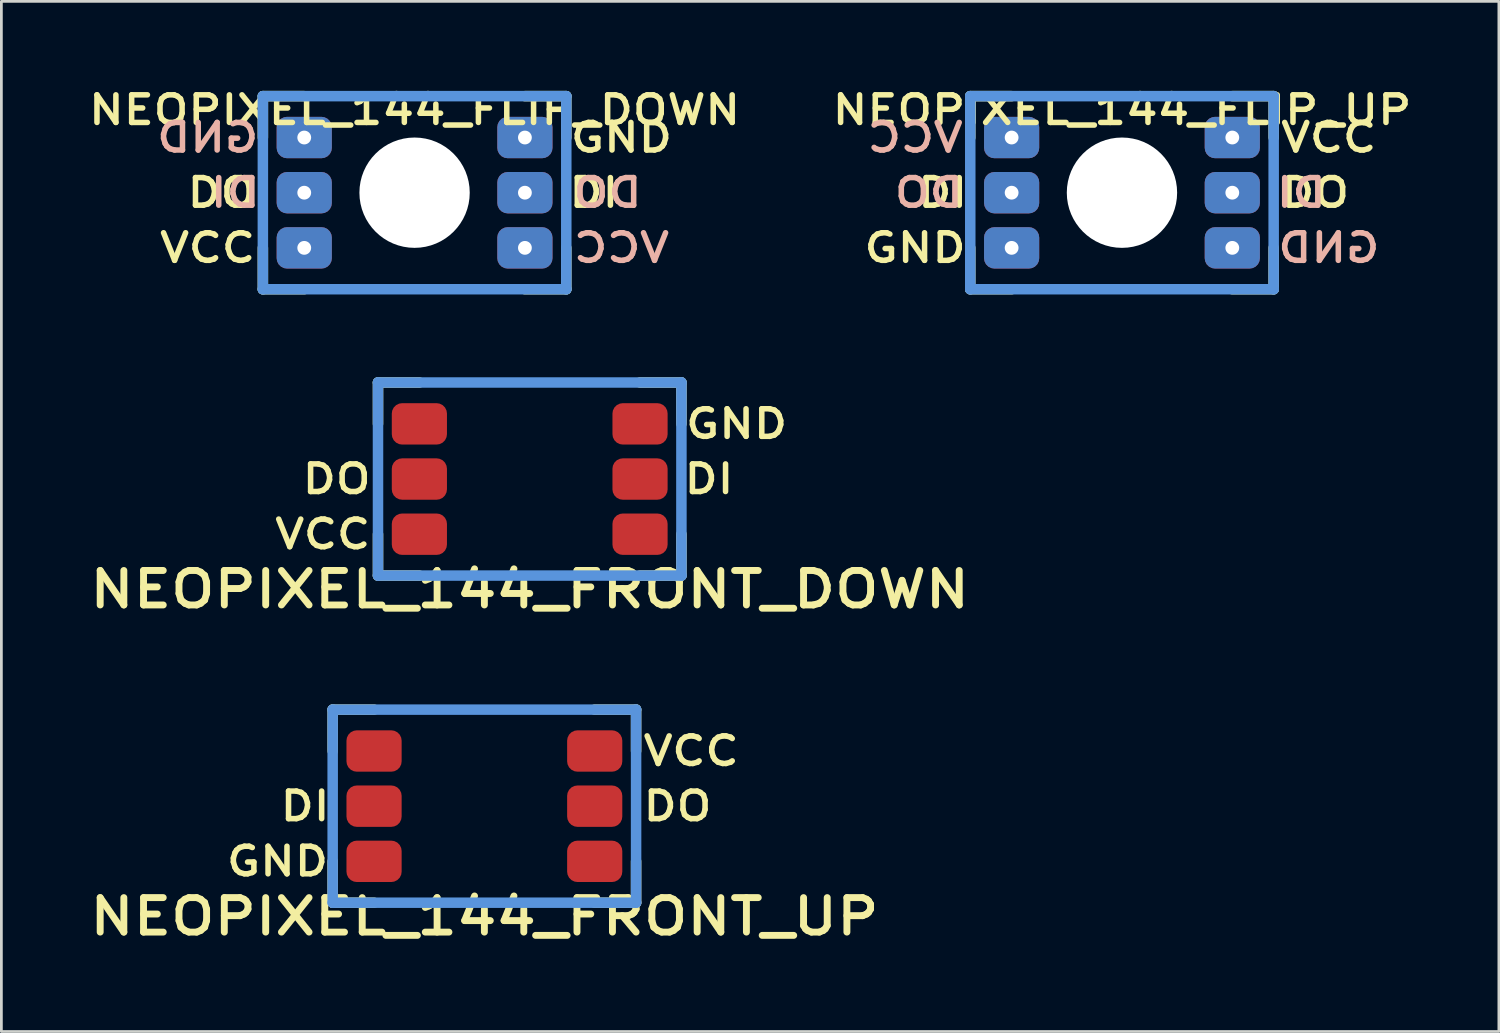
<source format=kicad_pcb>
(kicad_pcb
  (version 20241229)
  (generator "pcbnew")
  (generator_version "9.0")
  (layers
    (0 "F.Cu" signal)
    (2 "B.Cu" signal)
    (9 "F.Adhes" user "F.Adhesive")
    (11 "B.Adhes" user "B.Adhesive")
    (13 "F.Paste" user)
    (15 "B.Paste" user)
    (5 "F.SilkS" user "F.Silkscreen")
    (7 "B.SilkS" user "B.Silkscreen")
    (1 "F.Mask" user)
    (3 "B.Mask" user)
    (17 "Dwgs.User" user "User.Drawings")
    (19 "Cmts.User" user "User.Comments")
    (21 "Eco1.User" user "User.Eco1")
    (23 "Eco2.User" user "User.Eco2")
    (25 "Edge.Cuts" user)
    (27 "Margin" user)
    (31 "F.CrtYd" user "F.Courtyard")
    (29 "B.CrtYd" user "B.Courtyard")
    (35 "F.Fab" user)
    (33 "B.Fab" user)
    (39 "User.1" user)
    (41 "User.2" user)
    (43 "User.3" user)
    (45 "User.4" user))
  (footprint "NEOPIXEL_144_FRONT_UP"
    (layer "F.Cu")
    (at 14.511 26.177)
    (property "Reference" "NEOPIXEL_144_FRONT_UP" (at 0 4 180) (layer "F.SilkS") (effects (font (size 1.25 1.5) (thickness 0.25))))
    (attr through_hole)
    (fp_line (start -5.5 -3.5) (end -4 -3.5) (stroke (width 0.381) (type solid)) (layer "F.SilkS"))
    (fp_line (start -5.5 -2) (end -5.5 -3.5) (stroke (width 0.381) (type solid)) (layer "F.SilkS"))
    (fp_line (start -5.5 3.5) (end -5.5 2) (stroke (width 0.381) (type solid)) (layer "F.SilkS"))
    (fp_line (start -4 3.5) (end -5.5 3.5) (stroke (width 0.381) (type solid)) (layer "F.SilkS"))
    (fp_line (start 4 -3.5) (end 5.5 -3.5) (stroke (width 0.381) (type solid)) (layer "F.SilkS"))
    (fp_line (start 5.5 -3.5) (end 5.5 -2) (stroke (width 0.381) (type solid)) (layer "F.SilkS"))
    (fp_line (start 5.5 2) (end 5.5 3.5) (stroke (width 0.381) (type solid)) (layer "F.SilkS"))
    (fp_line (start 5.5 3.5) (end 4 3.5) (stroke (width 0.381) (type solid)) (layer "F.SilkS"))
    (fp_line (start -5.5 -3.5) (end 5.5 -3.5) (stroke (width 0.381) (type solid)) (layer "Cmts.User"))
    (fp_line (start -5.5 3.5) (end -5.5 -3.5) (stroke (width 0.381) (type solid)) (layer "Cmts.User"))
    (fp_line (start 5.5 -3.5) (end 5.5 3.5) (stroke (width 0.381) (type solid)) (layer "Cmts.User"))
    (fp_line (start 5.5 3.5) (end -5.5 3.5) (stroke (width 0.381) (type solid)) (layer "Cmts.User"))
    (fp_text user "GND" (at -7.5 2 0) (layer "F.SilkS") (effects (font (size 1 1.2) (thickness 0.2))))
    (fp_text user "VCC" (at 7.5 -2 0) (layer "F.SilkS") (effects (font (size 1 1.2) (thickness 0.2))))
    (fp_text user "DO" (at 7 0 0) (layer "F.SilkS") (effects (font (size 1 1.2) (thickness 0.2))))
    (fp_text user "DI" (at -6.5 0 0) (layer "F.SilkS") (effects (font (size 1 1.2) (thickness 0.2))))
    (pad "1" smd roundrect (at -4 -2 180) (size 2 1.5) (layers "F.Cu" "F.Mask" "F.Paste") (roundrect_rratio 0.25))
    (pad "1" smd roundrect (at 4 -2 180) (size 2 1.5) (layers "F.Cu" "F.Mask" "F.Paste") (roundrect_rratio 0.25))
    (pad "2" smd roundrect (at 4 0 180) (size 2 1.5) (layers "F.Cu" "F.Mask" "F.Paste") (roundrect_rratio 0.25))
    (pad "3" smd roundrect (at -4 2 180) (size 2 1.5) (layers "F.Cu" "F.Mask" "F.Paste") (roundrect_rratio 0.25))
    (pad "3" smd roundrect (at 4 2 180) (size 2 1.5) (layers "F.Cu" "F.Mask" "F.Paste") (roundrect_rratio 0.25))
    (pad "4" smd roundrect (at -4 0 180) (size 2 1.5) (layers "F.Cu" "F.Mask" "F.Paste") (roundrect_rratio 0.25)))
  (footprint "NEOPIXEL_144_FRONT_DOWN"
    (layer "F.Cu")
    (at 16.154 14.317)
    (property "Reference" "NEOPIXEL_144_FRONT_DOWN" (at 0 4 0) (layer "F.SilkS") (effects (font (size 1.25 1.5) (thickness 0.25))))
    (attr through_hole)
    (fp_line (start -5.5 -3.5) (end -4 -3.5) (stroke (width 0.381) (type solid)) (layer "F.SilkS"))
    (fp_line (start -5.5 -2) (end -5.5 -3.5) (stroke (width 0.381) (type solid)) (layer "F.SilkS"))
    (fp_line (start -5.5 3.5) (end -5.5 2) (stroke (width 0.381) (type solid)) (layer "F.SilkS"))
    (fp_line (start -4 3.5) (end -5.5 3.5) (stroke (width 0.381) (type solid)) (layer "F.SilkS"))
    (fp_line (start 4 -3.5) (end 5.5 -3.5) (stroke (width 0.381) (type solid)) (layer "F.SilkS"))
    (fp_line (start 5.5 -3.5) (end 5.5 -2) (stroke (width 0.381) (type solid)) (layer "F.SilkS"))
    (fp_line (start 5.5 2) (end 5.5 3.5) (stroke (width 0.381) (type solid)) (layer "F.SilkS"))
    (fp_line (start 5.5 3.5) (end 4 3.5) (stroke (width 0.381) (type solid)) (layer "F.SilkS"))
    (fp_line (start -5.5 -3.5) (end 5.5 -3.5) (stroke (width 0.381) (type solid)) (layer "Cmts.User"))
    (fp_line (start -5.5 3.5) (end -5.5 -3.5) (stroke (width 0.381) (type solid)) (layer "Cmts.User"))
    (fp_line (start 5.5 -3.5) (end 5.5 3.5) (stroke (width 0.381) (type solid)) (layer "Cmts.User"))
    (fp_line (start 5.5 3.5) (end -5.5 3.5) (stroke (width 0.381) (type solid)) (layer "Cmts.User"))
    (fp_text user "VCC" (at -7.5 2 180) (layer "F.SilkS") (effects (font (size 1 1.2) (thickness 0.2))))
    (fp_text user "DO" (at -7 0 180) (layer "F.SilkS") (effects (font (size 1 1.2) (thickness 0.2))))
    (fp_text user "DI" (at 6.5 0 180) (layer "F.SilkS") (effects (font (size 1 1.2) (thickness 0.2))))
    (fp_text user "GND" (at 7.5 -2 180) (layer "F.SilkS") (effects (font (size 1 1.2) (thickness 0.2))))
    (pad "1" smd roundrect (at -4 2) (size 2 1.5) (layers "F.Cu" "F.Mask" "F.Paste") (roundrect_rratio 0.25))
    (pad "1" smd roundrect (at 4 2) (size 2 1.5) (layers "F.Cu" "F.Mask" "F.Paste") (roundrect_rratio 0.25))
    (pad "2" smd roundrect (at -4 0) (size 2 1.5) (layers "F.Cu" "F.Mask" "F.Paste") (roundrect_rratio 0.25))
    (pad "3" smd roundrect (at -4 -2) (size 2 1.5) (layers "F.Cu" "F.Mask" "F.Paste") (roundrect_rratio 0.25))
    (pad "3" smd roundrect (at 4 -2) (size 2 1.5) (layers "F.Cu" "F.Mask" "F.Paste") (roundrect_rratio 0.25))
    (pad "4" smd roundrect (at 4 0) (size 2 1.5) (layers "F.Cu" "F.Mask" "F.Paste") (roundrect_rratio 0.25)))
  (footprint "NEOPIXEL_144_FLIP_DOWN"
    (layer "F.Cu")
    (at 11.98 3.936)
    (property "Reference" "NEOPIXEL_144_FLIP_DOWN" (at 0 -3 0) (layer "F.SilkS") (effects (font (size 1 1.2) (thickness 0.2))))
    (attr through_hole)
    (fp_line (start -5.5 -3.5) (end -4 -3.5) (stroke (width 0.381) (type solid)) (layer "F.SilkS"))
    (fp_line (start -5.5 -2) (end -5.5 -3.5) (stroke (width 0.381) (type solid)) (layer "F.SilkS"))
    (fp_line (start -5.5 3.5) (end -5.5 2) (stroke (width 0.381) (type solid)) (layer "F.SilkS"))
    (fp_line (start -4 3.5) (end -5.5 3.5) (stroke (width 0.381) (type solid)) (layer "F.SilkS"))
    (fp_line (start 4 -3.5) (end 5.5 -3.5) (stroke (width 0.381) (type solid)) (layer "F.SilkS"))
    (fp_line (start 5.5 -3.5) (end 5.5 -2) (stroke (width 0.381) (type solid)) (layer "F.SilkS"))
    (fp_line (start 5.5 2) (end 5.5 3.5) (stroke (width 0.381) (type solid)) (layer "F.SilkS"))
    (fp_line (start 5.5 3.5) (end 4 3.5) (stroke (width 0.381) (type solid)) (layer "F.SilkS"))
    (fp_line (start -5.5 -3.5) (end 5.5 -3.5) (stroke (width 0.381) (type solid)) (layer "Cmts.User"))
    (fp_line (start -5.5 3.5) (end -5.5 -3.5) (stroke (width 0.381) (type solid)) (layer "Cmts.User"))
    (fp_line (start 5.5 -3.5) (end 5.5 3.5) (stroke (width 0.381) (type solid)) (layer "Cmts.User"))
    (fp_line (start 5.5 3.5) (end -5.5 3.5) (stroke (width 0.381) (type solid)) (layer "Cmts.User"))
    (fp_text user "DI" (at 6.5 0 180) (layer "F.SilkS") (effects (font (size 1 1.2) (thickness 0.2))))
    (fp_text user "DO" (at -7 0 180) (layer "F.SilkS") (effects (font (size 1 1.2) (thickness 0.2))))
    (fp_text user "VCC" (at -7.5 2 180) (layer "F.SilkS") (effects (font (size 1 1.2) (thickness 0.2))))
    (fp_text user "GND" (at 7.5 -2 180) (layer "F.SilkS") (effects (font (size 1 1.2) (thickness 0.2))))
    (fp_text user "DO" (at 7 0 180) (layer "B.SilkS") (effects (font (size 1 1.2) (thickness 0.2)) (justify mirror)))
    (fp_text user "GND" (at -7.5 -2 180) (layer "B.SilkS") (effects (font (size 1 1.2) (thickness 0.2)) (justify mirror)))
    (fp_text user "DI" (at -6.5 0 180) (layer "B.SilkS") (effects (font (size 1 1.2) (thickness 0.2)) (justify mirror)))
    (fp_text user "VCC" (at 7.5 2 180) (layer "B.SilkS") (effects (font (size 1 1.2) (thickness 0.2)) (justify mirror)))
    (pad "" np_thru_hole circle (at 0 0 180) (size 4 4) (drill 4) (layers "*.Cu" "*.Mask"))
    (pad "1" thru_hole roundrect (at -4 2) (size 2 1.5) (drill 0.5) (layers "*.Cu" "*.Mask") (roundrect_rratio 0.25))
    (pad "1" thru_hole roundrect (at 4 2) (size 2 1.5) (drill 0.5) (layers "*.Cu" "*.Mask") (roundrect_rratio 0.25))
    (pad "2" thru_hole roundrect (at -4 0) (size 2 1.5) (drill 0.5) (layers "*.Cu" "*.Mask") (roundrect_rratio 0.25))
    (pad "3" thru_hole roundrect (at -4 -2) (size 2 1.5) (drill 0.5) (layers "*.Cu" "*.Mask") (roundrect_rratio 0.25))
    (pad "3" thru_hole roundrect (at 4 -2) (size 2 1.5) (drill 0.5) (layers "*.Cu" "*.Mask") (roundrect_rratio 0.25))
    (pad "4" thru_hole roundrect (at 4 0) (size 2 1.5) (drill 0.5) (layers "*.Cu" "*.Mask") (roundrect_rratio 0.25)))
  (footprint "NEOPIXEL_144_FLIP_UP"
    (layer "F.Cu")
    (at 37.626 3.936)
    (property "Reference" "NEOPIXEL_144_FLIP_UP" (at 0 -3 180) (layer "F.SilkS") (effects (font (size 1 1.2) (thickness 0.2))))
    (attr through_hole)
    (fp_line (start -5.5 -3.5) (end -4 -3.5) (stroke (width 0.381) (type solid)) (layer "F.SilkS"))
    (fp_line (start -5.5 -2) (end -5.5 -3.5) (stroke (width 0.381) (type solid)) (layer "F.SilkS"))
    (fp_line (start -5.5 3.5) (end -5.5 2) (stroke (width 0.381) (type solid)) (layer "F.SilkS"))
    (fp_line (start -4 3.5) (end -5.5 3.5) (stroke (width 0.381) (type solid)) (layer "F.SilkS"))
    (fp_line (start 4 -3.5) (end 5.5 -3.5) (stroke (width 0.381) (type solid)) (layer "F.SilkS"))
    (fp_line (start 5.5 -3.5) (end 5.5 -2) (stroke (width 0.381) (type solid)) (layer "F.SilkS"))
    (fp_line (start 5.5 2) (end 5.5 3.5) (stroke (width 0.381) (type solid)) (layer "F.SilkS"))
    (fp_line (start 5.5 3.5) (end 4 3.5) (stroke (width 0.381) (type solid)) (layer "F.SilkS"))
    (fp_line (start -5.5 -3.5) (end 5.5 -3.5) (stroke (width 0.381) (type solid)) (layer "Cmts.User"))
    (fp_line (start -5.5 3.5) (end -5.5 -3.5) (stroke (width 0.381) (type solid)) (layer "Cmts.User"))
    (fp_line (start 5.5 -3.5) (end 5.5 3.5) (stroke (width 0.381) (type solid)) (layer "Cmts.User"))
    (fp_line (start 5.5 3.5) (end -5.5 3.5) (stroke (width 0.381) (type solid)) (layer "Cmts.User"))
    (fp_text user "DI" (at -6.5 0 0) (layer "F.SilkS") (effects (font (size 1 1.2) (thickness 0.2))))
    (fp_text user "VCC" (at 7.5 -2 0) (layer "F.SilkS") (effects (font (size 1 1.2) (thickness 0.2))))
    (fp_text user "DO" (at 7 0 0) (layer "F.SilkS") (effects (font (size 1 1.2) (thickness 0.2))))
    (fp_text user "GND" (at -7.5 2 0) (layer "F.SilkS") (effects (font (size 1 1.2) (thickness 0.2))))
    (fp_text user "DO" (at -7 0 0) (layer "B.SilkS") (effects (font (size 1 1.2) (thickness 0.2)) (justify mirror)))
    (fp_text user "VCC" (at -7.5 -2 0) (layer "B.SilkS") (effects (font (size 1 1.2) (thickness 0.2)) (justify mirror)))
    (fp_text user "DI" (at 6.5 0 0) (layer "B.SilkS") (effects (font (size 1 1.2) (thickness 0.2)) (justify mirror)))
    (fp_text user "GND" (at 7.5 2 0) (layer "B.SilkS") (effects (font (size 1 1.2) (thickness 0.2)) (justify mirror)))
    (pad "" np_thru_hole circle (at 0 0) (size 4 4) (drill 4) (layers "*.Cu" "*.Mask"))
    (pad "1" thru_hole roundrect (at -4 -2 180) (size 2 1.5) (drill 0.5) (layers "*.Cu" "*.Mask") (roundrect_rratio 0.25))
    (pad "1" thru_hole roundrect (at 4 -2 180) (size 2 1.5) (drill 0.5) (layers "*.Cu" "*.Mask") (roundrect_rratio 0.25))
    (pad "2" thru_hole roundrect (at 4 0 180) (size 2 1.5) (drill 0.5) (layers "*.Cu" "*.Mask") (roundrect_rratio 0.25))
    (pad "3" thru_hole roundrect (at -4 2 180) (size 2 1.5) (drill 0.5) (layers "*.Cu" "*.Mask") (roundrect_rratio 0.25))
    (pad "3" thru_hole roundrect (at 4 2 180) (size 2 1.5) (drill 0.5) (layers "*.Cu" "*.Mask") (roundrect_rratio 0.25))
    (pad "4" thru_hole roundrect (at -4 0 180) (size 2 1.5) (drill 0.5) (layers "*.Cu" "*.Mask") (roundrect_rratio 0.25)))
  (gr_rect
    (start -3 -3)
    (end 51.291 34.347)
    (stroke (width 0.1) (type default))
    (fill no)
    (layer "Edge.Cuts")))
</source>
